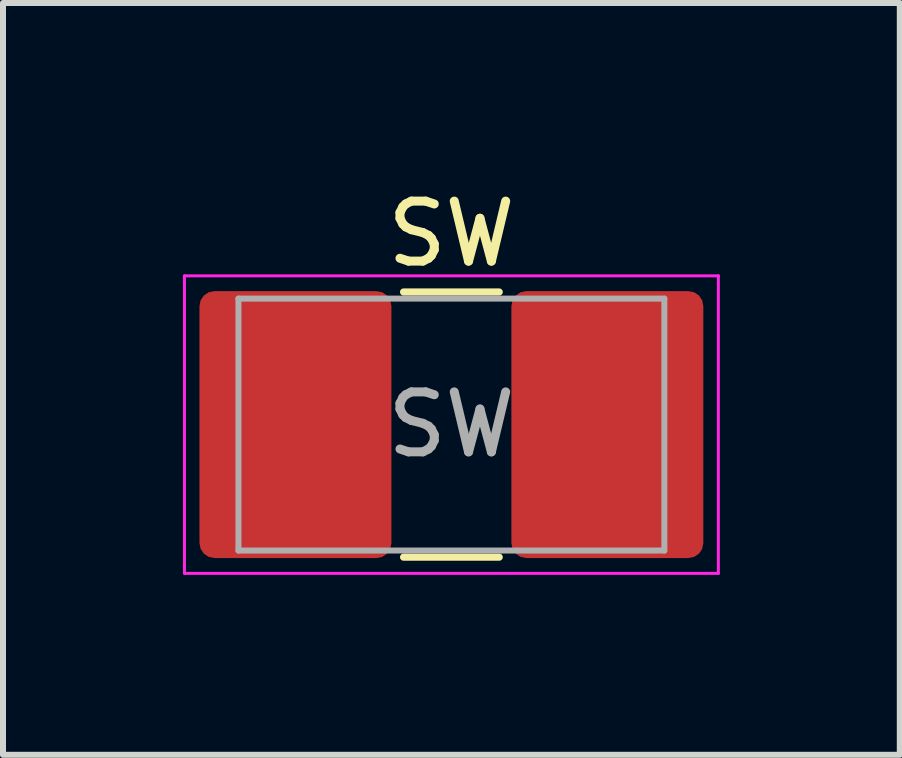
<source format=kicad_pcb>
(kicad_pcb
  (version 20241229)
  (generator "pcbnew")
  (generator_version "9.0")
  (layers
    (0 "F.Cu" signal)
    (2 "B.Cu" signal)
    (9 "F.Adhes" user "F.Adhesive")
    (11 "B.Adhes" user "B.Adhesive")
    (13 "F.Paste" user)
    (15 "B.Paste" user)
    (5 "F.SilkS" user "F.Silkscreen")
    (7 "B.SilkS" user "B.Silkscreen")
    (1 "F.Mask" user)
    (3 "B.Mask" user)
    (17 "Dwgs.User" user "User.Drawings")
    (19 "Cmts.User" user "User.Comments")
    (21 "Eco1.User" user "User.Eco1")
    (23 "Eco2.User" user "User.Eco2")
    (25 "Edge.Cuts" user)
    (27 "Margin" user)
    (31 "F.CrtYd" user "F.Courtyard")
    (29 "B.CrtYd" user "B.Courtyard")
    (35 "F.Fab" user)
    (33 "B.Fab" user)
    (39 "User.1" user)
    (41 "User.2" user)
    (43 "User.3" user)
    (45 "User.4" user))
  (footprint "SW"
    (layer "F.Cu")
    (at 4.475 4.028)
    (property "Reference" "SW" (at 0 -3.18 0) (layer "F.SilkS") (effects (font (size 1 1) (thickness 0.15))))
    (attr smd)
    (fp_line (start -0.797 -2.21) (end 0.797 -2.21) (stroke (width 0.12) (type solid)) (layer "F.SilkS"))
    (fp_line (start -0.797 2.21) (end 0.797 2.21) (stroke (width 0.12) (type solid)) (layer "F.SilkS"))
    (fp_line (start -4.45 -2.48) (end 4.45 -2.48) (stroke (width 0.05) (type solid)) (layer "F.CrtYd"))
    (fp_line (start -4.45 2.48) (end -4.45 -2.48) (stroke (width 0.05) (type solid)) (layer "F.CrtYd"))
    (fp_line (start 4.45 -2.48) (end 4.45 2.48) (stroke (width 0.05) (type solid)) (layer "F.CrtYd"))
    (fp_line (start 4.45 2.48) (end -4.45 2.48) (stroke (width 0.05) (type solid)) (layer "F.CrtYd"))
    (fp_line (start -3.55 -2.1) (end 3.55 -2.1) (stroke (width 0.1) (type solid)) (layer "F.Fab"))
    (fp_line (start -3.55 2.1) (end -3.55 -2.1) (stroke (width 0.1) (type solid)) (layer "F.Fab"))
    (fp_line (start 3.55 -2.1) (end 3.55 2.1) (stroke (width 0.1) (type solid)) (layer "F.Fab"))
    (fp_line (start 3.55 2.1) (end -3.55 2.1) (stroke (width 0.1) (type solid)) (layer "F.Fab"))
    (fp_text user "${REFERENCE}" (at 0 0 0) (layer "F.Fab") (effects (font (size 1 1) (thickness 0.15))))
    (pad "1" smd roundrect (at -2.6 0) (size 3.2 4.45) (layers "F.Cu" "F.Mask" "F.Paste") (roundrect_rratio 0.078))
    (pad "2" smd roundrect (at 2.6 0) (size 3.2 4.45) (layers "F.Cu" "F.Mask" "F.Paste") (roundrect_rratio 0.078)))
  (gr_rect
    (start -3 -3)
    (end 11.95 9.533)
    (stroke (width 0.1) (type default))
    (fill no)
    (layer "Edge.Cuts")))
</source>
